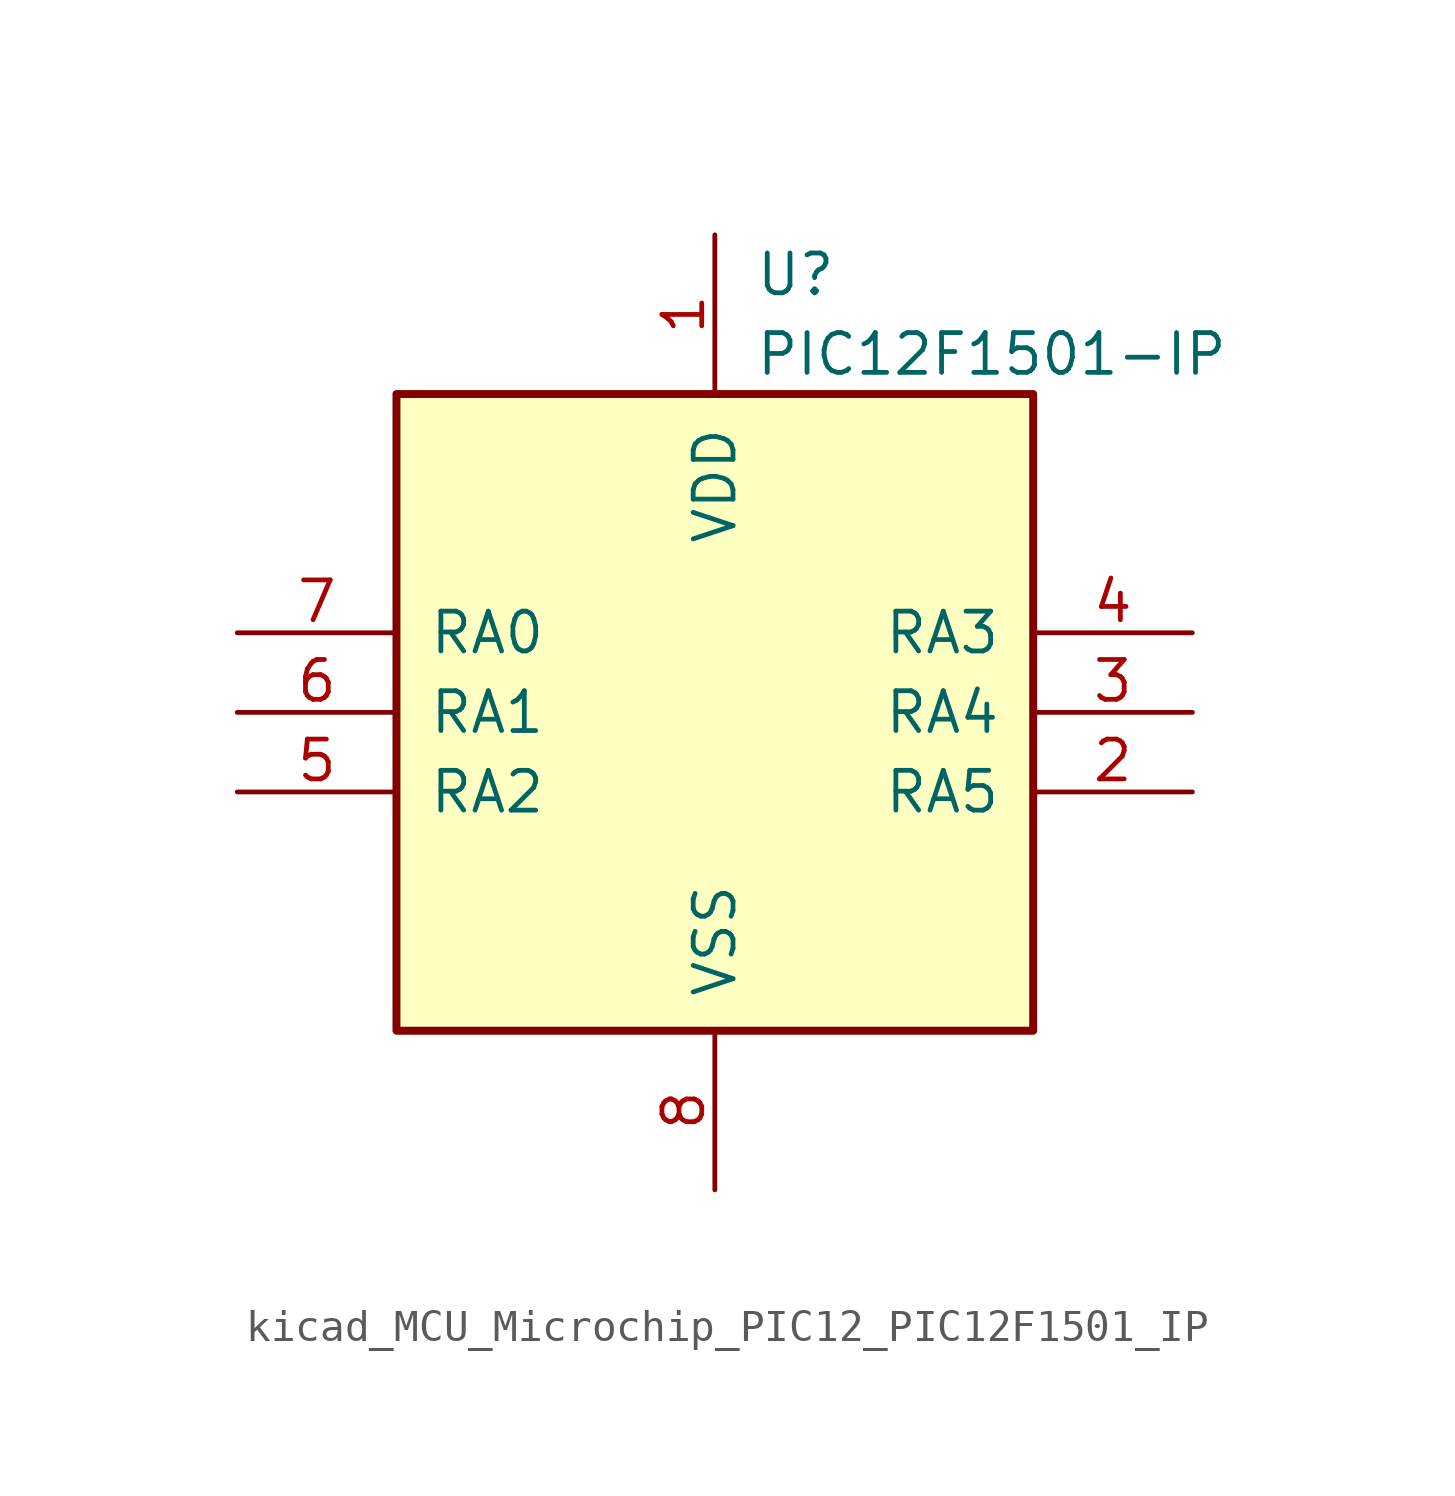
<source format=kicad_sym>
(kicad_symbol_lib
  (version 20220914)
  (generator kicad_symbol_editor)
  (symbol "kicad_MCU_Microchip_PIC12_PIC12F1501_IP"
    (pin_names
      (offset 1.016))
    (property "Reference" "U"
      (at 1.27 13.97 0)
      (effects (font (size 1.27 1.27)) (justify left)))
    (property "Value" "PIC12F1501-IP"
      (at 1.27 11.43 0)
      (effects (font (size 1.27 1.27)) (justify left)))
    (symbol "kicad_MCU_Microchip_PIC12_PIC12F1501_IP_0_1"
      (rectangle (start 10.16 -10.16) (end -10.16 10.16) (stroke (width 0.254) (type default)) (fill (type background))))
    (symbol "kicad_MCU_Microchip_PIC12_PIC12F1501_IP_1_1"
      (pin power_in line (at 0 15.24 270) (length 5.08) (name "VDD" (effects (font (size 1.27 1.27)))) (number "1" (effects (font (size 1.27 1.27)))))
      (pin bidirectional line (at 15.24 -2.54 180) (length 5.08) (name "RA5" (effects (font (size 1.27 1.27)))) (number "2" (effects (font (size 1.27 1.27)))))
      (pin bidirectional line (at 15.24 0 180) (length 5.08) (name "RA4" (effects (font (size 1.27 1.27)))) (number "3" (effects (font (size 1.27 1.27)))))
      (pin input line (at 15.24 2.54 180) (length 5.08) (name "RA3" (effects (font (size 1.27 1.27)))) (number "4" (effects (font (size 1.27 1.27)))))
      (pin bidirectional line (at -15.24 -2.54 0) (length 5.08) (name "RA2" (effects (font (size 1.27 1.27)))) (number "5" (effects (font (size 1.27 1.27)))))
      (pin bidirectional line (at -15.24 0 0) (length 5.08) (name "RA1" (effects (font (size 1.27 1.27)))) (number "6" (effects (font (size 1.27 1.27)))))
      (pin bidirectional line (at -15.24 2.54 0) (length 5.08) (name "RA0" (effects (font (size 1.27 1.27)))) (number "7" (effects (font (size 1.27 1.27)))))
      (pin power_in line (at 0 -15.24 90) (length 5.08) (name "VSS" (effects (font (size 1.27 1.27)))) (number "8" (effects (font (size 1.27 1.27))))))))
</source>
